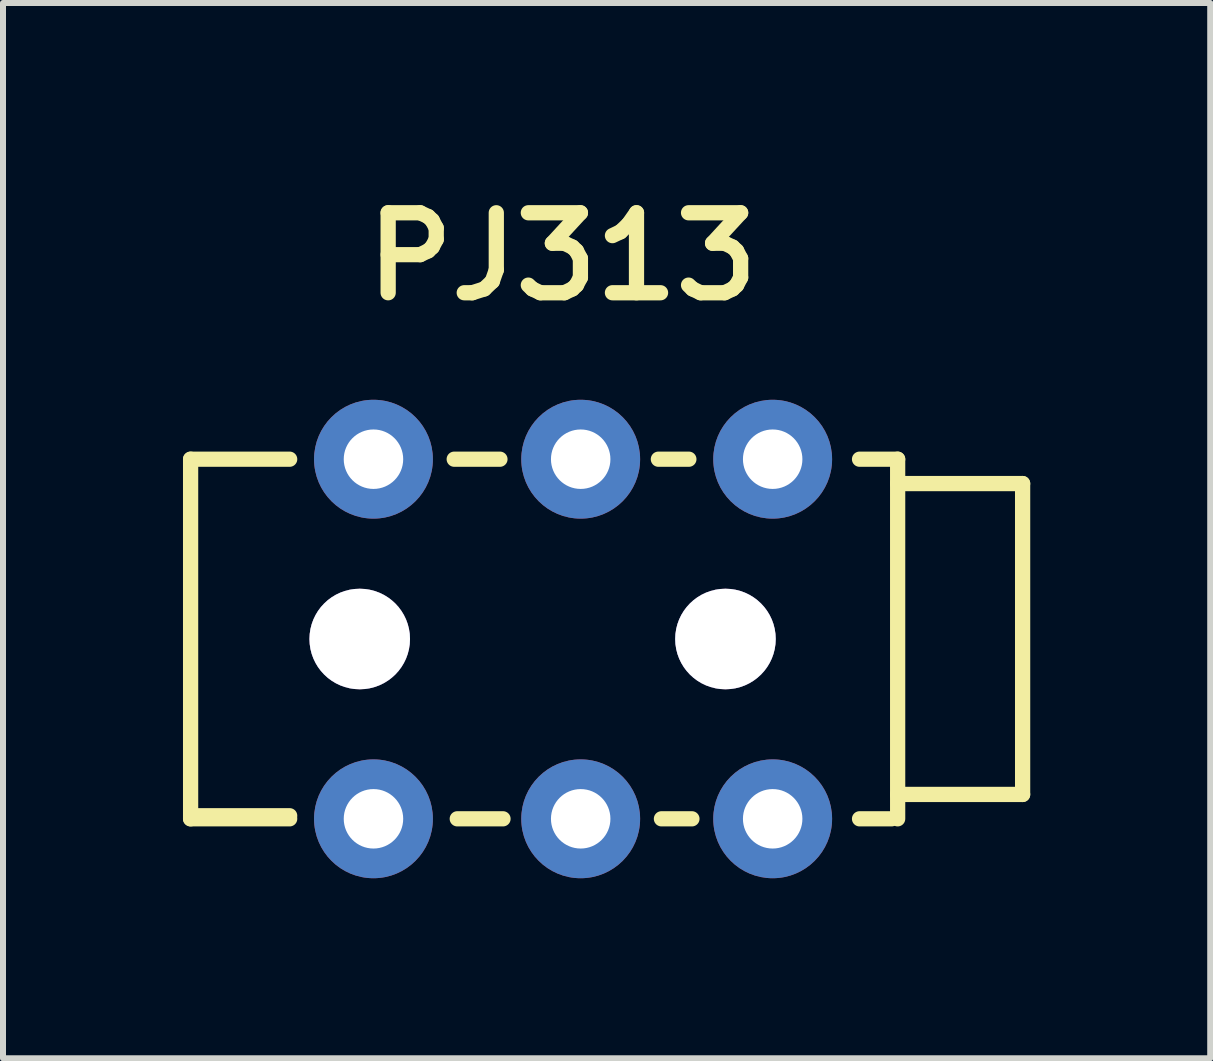
<source format=kicad_pcb>
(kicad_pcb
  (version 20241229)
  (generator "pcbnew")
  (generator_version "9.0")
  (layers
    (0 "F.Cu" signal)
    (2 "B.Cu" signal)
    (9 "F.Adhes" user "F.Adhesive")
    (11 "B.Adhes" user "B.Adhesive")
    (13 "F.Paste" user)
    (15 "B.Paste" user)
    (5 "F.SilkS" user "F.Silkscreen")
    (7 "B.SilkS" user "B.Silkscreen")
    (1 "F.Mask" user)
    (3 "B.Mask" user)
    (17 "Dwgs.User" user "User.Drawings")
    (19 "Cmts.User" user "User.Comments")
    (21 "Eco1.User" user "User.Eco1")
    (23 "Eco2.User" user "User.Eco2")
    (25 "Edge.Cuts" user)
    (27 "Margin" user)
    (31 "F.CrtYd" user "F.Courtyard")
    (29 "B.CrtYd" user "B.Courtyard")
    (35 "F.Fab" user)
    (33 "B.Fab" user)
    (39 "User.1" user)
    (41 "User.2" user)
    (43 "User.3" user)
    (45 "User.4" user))
  (footprint "PJ313"
    (layer "F.Cu")
    (at 6.502 7.601)
    (property "Reference" "PJ313" (at -0.178 -6.375 0) (unlocked yes) (layer "F.SilkS") (effects (font (size 1.333 1.402) (thickness 0.254))))
    (attr smd)
    (fp_line (start -6.375 -2.997) (end -4.724 -2.997) (stroke (width 0.254) (type solid)) (layer "F.SilkS"))
    (fp_line (start -6.375 2.946) (end -4.724 2.946) (stroke (width 0.254) (type solid)) (layer "F.SilkS"))
    (fp_line (start -6.375 2.997) (end -6.375 -2.997) (stroke (width 0.254) (type solid)) (layer "F.SilkS"))
    (fp_line (start -6.375 2.997) (end -4.724 2.997) (stroke (width 0.254) (type solid)) (layer "F.SilkS"))
    (fp_line (start -1.981 -2.997) (end -1.219 -2.997) (stroke (width 0.254) (type solid)) (layer "F.SilkS"))
    (fp_line (start -1.93 2.997) (end -1.168 2.997) (stroke (width 0.254) (type solid)) (layer "F.SilkS"))
    (fp_line (start 1.422 -2.997) (end 1.93 -2.997) (stroke (width 0.254) (type solid)) (layer "F.SilkS"))
    (fp_line (start 1.473 2.997) (end 1.981 2.997) (stroke (width 0.254) (type solid)) (layer "F.SilkS"))
    (fp_line (start 4.775 -2.997) (end 5.41 -2.997) (stroke (width 0.254) (type solid)) (layer "F.SilkS"))
    (fp_line (start 4.775 2.997) (end 5.309 2.997) (stroke (width 0.254) (type solid)) (layer "F.SilkS"))
    (fp_line (start 5.41 -2.591) (end 7.493 -2.591) (stroke (width 0.254) (type solid)) (layer "F.SilkS"))
    (fp_line (start 5.41 2.591) (end 7.493 2.591) (stroke (width 0.254) (type solid)) (layer "F.SilkS"))
    (fp_line (start 5.41 2.997) (end 5.41 -2.997) (stroke (width 0.254) (type solid)) (layer "F.SilkS"))
    (fp_line (start 7.493 2.591) (end 7.493 -2.591) (stroke (width 0.254) (type solid)) (layer "F.SilkS"))
    (pad "0" thru_hole circle (at 2.54 0) (size 1.676 1.676) (drill 1.676) (layers "*.Cu" "*.Mask"))
    (pad "0_1" thru_hole circle (at -3.556 0) (size 1.676 1.676) (drill 1.676) (layers "*.Cu" "*.Mask"))
    (pad "1" thru_hole circle (at -3.327 -2.997) (size 1.981 1.981) (drill 0.991) (layers "*.Cu" "*.Mask"))
    (pad "1_1" thru_hole circle (at -3.327 2.997) (size 1.981 1.981) (drill 0.991) (layers "*.Cu" "*.Mask"))
    (pad "2" thru_hole circle (at 0.127 2.997) (size 1.981 1.981) (drill 0.991) (layers "*.Cu" "*.Mask"))
    (pad "2_1" thru_hole circle (at 0.127 -2.997) (size 1.981 1.981) (drill 0.991) (layers "*.Cu" "*.Mask"))
    (pad "3" thru_hole circle (at 3.327 -2.997) (size 1.981 1.981) (drill 0.991) (layers "*.Cu" "*.Mask"))
    (pad "3_1" thru_hole circle (at 3.327 2.997) (size 1.981 1.981) (drill 0.991) (layers "*.Cu" "*.Mask")))
  (gr_rect
    (start -3 -3)
    (end 17.122 14.589)
    (stroke (width 0.1) (type default))
    (fill no)
    (layer "Edge.Cuts")))
</source>
